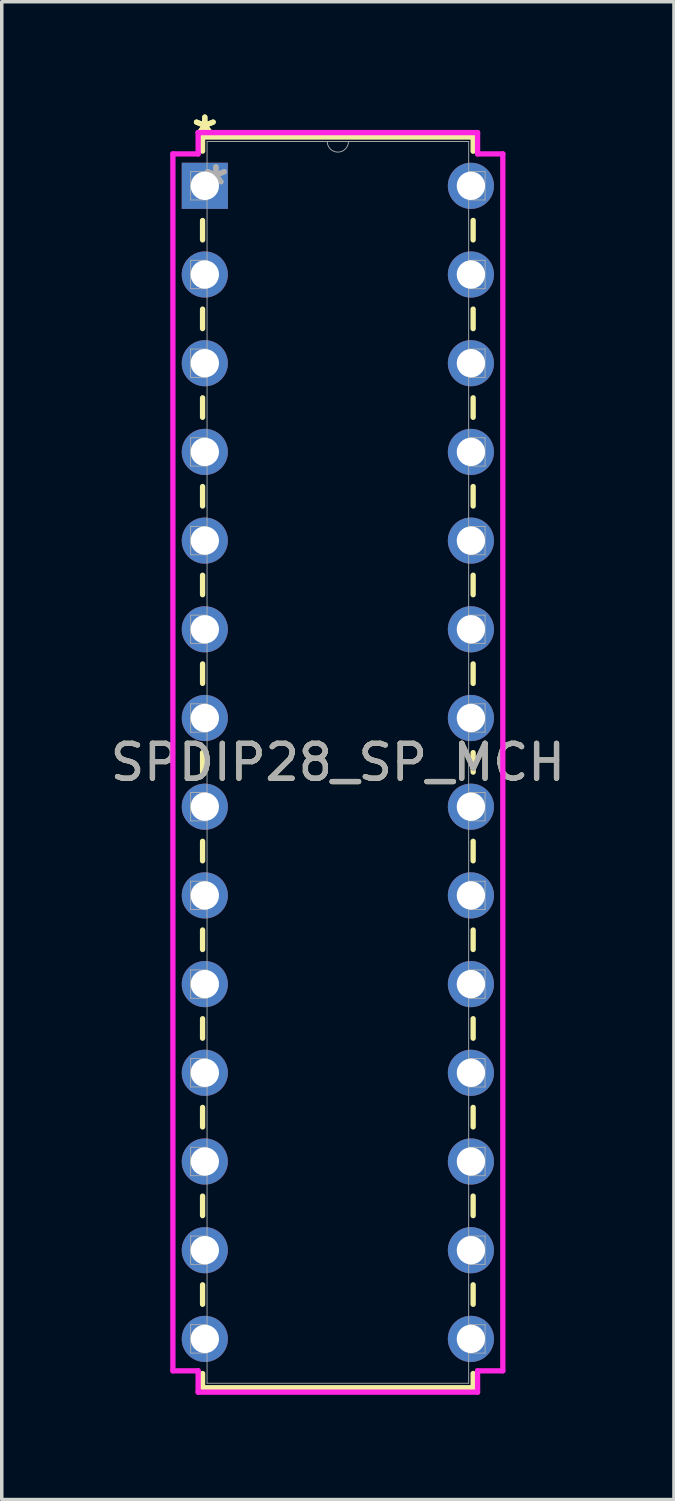
<source format=kicad_pcb>
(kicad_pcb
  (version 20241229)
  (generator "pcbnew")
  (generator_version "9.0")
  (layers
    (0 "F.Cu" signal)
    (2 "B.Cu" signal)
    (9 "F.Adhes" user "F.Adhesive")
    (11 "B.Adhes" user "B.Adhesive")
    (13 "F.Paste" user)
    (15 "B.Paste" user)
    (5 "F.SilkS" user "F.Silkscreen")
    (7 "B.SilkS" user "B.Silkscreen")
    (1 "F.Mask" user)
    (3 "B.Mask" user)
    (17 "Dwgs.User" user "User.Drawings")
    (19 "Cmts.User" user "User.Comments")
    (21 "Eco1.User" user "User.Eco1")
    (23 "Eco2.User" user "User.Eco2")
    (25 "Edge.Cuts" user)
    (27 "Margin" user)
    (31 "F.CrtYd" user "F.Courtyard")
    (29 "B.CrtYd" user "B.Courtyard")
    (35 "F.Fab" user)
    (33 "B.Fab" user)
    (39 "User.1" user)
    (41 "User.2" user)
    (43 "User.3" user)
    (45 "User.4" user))
  (footprint "SPDIP28_SP_MCH"
    (layer "F.Cu")
    (at 2.815 2.271)
    (property "Reference" "SPDIP28_SP_MCH" (at 3.81 16.51 0) (unlocked yes) (layer "F.SilkS") (effects (font (size 1 1) (thickness 0.15))))
    (attr through_hole)
    (fp_line (start -0.064 -1.397) (end -0.064 -0.993) (stroke (width 0.152) (type solid)) (layer "F.SilkS"))
    (fp_line (start -0.064 0.993) (end -0.064 1.549) (stroke (width 0.152) (type solid)) (layer "F.SilkS"))
    (fp_line (start -0.064 3.531) (end -0.064 4.089) (stroke (width 0.152) (type solid)) (layer "F.SilkS"))
    (fp_line (start -0.064 6.071) (end -0.064 6.629) (stroke (width 0.152) (type solid)) (layer "F.SilkS"))
    (fp_line (start -0.064 8.611) (end -0.064 9.169) (stroke (width 0.152) (type solid)) (layer "F.SilkS"))
    (fp_line (start -0.064 11.151) (end -0.064 11.709) (stroke (width 0.152) (type solid)) (layer "F.SilkS"))
    (fp_line (start -0.064 13.691) (end -0.064 14.249) (stroke (width 0.152) (type solid)) (layer "F.SilkS"))
    (fp_line (start -0.064 16.231) (end -0.064 16.789) (stroke (width 0.152) (type solid)) (layer "F.SilkS"))
    (fp_line (start -0.064 18.771) (end -0.064 19.329) (stroke (width 0.152) (type solid)) (layer "F.SilkS"))
    (fp_line (start -0.064 21.311) (end -0.064 21.869) (stroke (width 0.152) (type solid)) (layer "F.SilkS"))
    (fp_line (start -0.064 23.851) (end -0.064 24.409) (stroke (width 0.152) (type solid)) (layer "F.SilkS"))
    (fp_line (start -0.064 26.391) (end -0.064 26.949) (stroke (width 0.152) (type solid)) (layer "F.SilkS"))
    (fp_line (start -0.064 28.931) (end -0.064 29.489) (stroke (width 0.152) (type solid)) (layer "F.SilkS"))
    (fp_line (start -0.064 31.471) (end -0.064 32.029) (stroke (width 0.152) (type solid)) (layer "F.SilkS"))
    (fp_line (start -0.064 34.011) (end -0.064 34.417) (stroke (width 0.152) (type solid)) (layer "F.SilkS"))
    (fp_line (start -0.064 34.417) (end 7.684 34.417) (stroke (width 0.152) (type solid)) (layer "F.SilkS"))
    (fp_line (start 7.684 -1.397) (end -0.064 -1.397) (stroke (width 0.152) (type solid)) (layer "F.SilkS"))
    (fp_line (start 7.684 -0.991) (end 7.684 -1.397) (stroke (width 0.152) (type solid)) (layer "F.SilkS"))
    (fp_line (start 7.684 1.549) (end 7.684 0.991) (stroke (width 0.152) (type solid)) (layer "F.SilkS"))
    (fp_line (start 7.684 4.089) (end 7.684 3.531) (stroke (width 0.152) (type solid)) (layer "F.SilkS"))
    (fp_line (start 7.684 6.629) (end 7.684 6.071) (stroke (width 0.152) (type solid)) (layer "F.SilkS"))
    (fp_line (start 7.684 9.169) (end 7.684 8.611) (stroke (width 0.152) (type solid)) (layer "F.SilkS"))
    (fp_line (start 7.684 11.709) (end 7.684 11.151) (stroke (width 0.152) (type solid)) (layer "F.SilkS"))
    (fp_line (start 7.684 14.249) (end 7.684 13.691) (stroke (width 0.152) (type solid)) (layer "F.SilkS"))
    (fp_line (start 7.684 16.789) (end 7.684 16.231) (stroke (width 0.152) (type solid)) (layer "F.SilkS"))
    (fp_line (start 7.684 19.329) (end 7.684 18.771) (stroke (width 0.152) (type solid)) (layer "F.SilkS"))
    (fp_line (start 7.684 21.869) (end 7.684 21.311) (stroke (width 0.152) (type solid)) (layer "F.SilkS"))
    (fp_line (start 7.684 24.409) (end 7.684 23.851) (stroke (width 0.152) (type solid)) (layer "F.SilkS"))
    (fp_line (start 7.684 26.949) (end 7.684 26.391) (stroke (width 0.152) (type solid)) (layer "F.SilkS"))
    (fp_line (start 7.684 29.489) (end 7.684 28.931) (stroke (width 0.152) (type solid)) (layer "F.SilkS"))
    (fp_line (start 7.684 32.029) (end 7.684 31.471) (stroke (width 0.152) (type solid)) (layer "F.SilkS"))
    (fp_line (start 7.684 34.417) (end 7.684 34.011) (stroke (width 0.152) (type solid)) (layer "F.SilkS"))
    (fp_line (start -0.914 -0.914) (end -0.191 -0.914) (stroke (width 0.152) (type solid)) (layer "F.CrtYd"))
    (fp_line (start -0.914 33.934) (end -0.914 -0.914) (stroke (width 0.152) (type solid)) (layer "F.CrtYd"))
    (fp_line (start -0.191 -1.524) (end 7.811 -1.524) (stroke (width 0.152) (type solid)) (layer "F.CrtYd"))
    (fp_line (start -0.191 -0.914) (end -0.191 -1.524) (stroke (width 0.152) (type solid)) (layer "F.CrtYd"))
    (fp_line (start -0.191 33.934) (end -0.914 33.934) (stroke (width 0.152) (type solid)) (layer "F.CrtYd"))
    (fp_line (start -0.191 34.544) (end -0.191 33.934) (stroke (width 0.152) (type solid)) (layer "F.CrtYd"))
    (fp_line (start 7.811 -1.524) (end 7.811 -0.914) (stroke (width 0.152) (type solid)) (layer "F.CrtYd"))
    (fp_line (start 7.811 33.934) (end 7.811 34.544) (stroke (width 0.152) (type solid)) (layer "F.CrtYd"))
    (fp_line (start 7.811 34.544) (end -0.191 34.544) (stroke (width 0.152) (type solid)) (layer "F.CrtYd"))
    (fp_line (start 8.534 -0.914) (end 7.811 -0.914) (stroke (width 0.152) (type solid)) (layer "F.CrtYd"))
    (fp_line (start 8.534 -0.914) (end 8.534 33.934) (stroke (width 0.152) (type solid)) (layer "F.CrtYd"))
    (fp_line (start 8.534 33.934) (end 7.811 33.934) (stroke (width 0.152) (type solid)) (layer "F.CrtYd"))
    (fp_line (start -0.406 -0.406) (end -0.406 0.406) (stroke (width 0.025) (type solid)) (layer "F.Fab"))
    (fp_line (start -0.406 0.406) (end 0.064 0.406) (stroke (width 0.025) (type solid)) (layer "F.Fab"))
    (fp_line (start -0.406 2.134) (end -0.406 2.946) (stroke (width 0.025) (type solid)) (layer "F.Fab"))
    (fp_line (start -0.406 2.946) (end 0.064 2.946) (stroke (width 0.025) (type solid)) (layer "F.Fab"))
    (fp_line (start -0.406 4.674) (end -0.406 5.486) (stroke (width 0.025) (type solid)) (layer "F.Fab"))
    (fp_line (start -0.406 5.486) (end 0.064 5.486) (stroke (width 0.025) (type solid)) (layer "F.Fab"))
    (fp_line (start -0.406 7.214) (end -0.406 8.026) (stroke (width 0.025) (type solid)) (layer "F.Fab"))
    (fp_line (start -0.406 8.026) (end 0.064 8.026) (stroke (width 0.025) (type solid)) (layer "F.Fab"))
    (fp_line (start -0.406 9.754) (end -0.406 10.566) (stroke (width 0.025) (type solid)) (layer "F.Fab"))
    (fp_line (start -0.406 10.566) (end 0.064 10.566) (stroke (width 0.025) (type solid)) (layer "F.Fab"))
    (fp_line (start -0.406 12.294) (end -0.406 13.106) (stroke (width 0.025) (type solid)) (layer "F.Fab"))
    (fp_line (start -0.406 13.106) (end 0.064 13.106) (stroke (width 0.025) (type solid)) (layer "F.Fab"))
    (fp_line (start -0.406 14.834) (end -0.406 15.646) (stroke (width 0.025) (type solid)) (layer "F.Fab"))
    (fp_line (start -0.406 15.646) (end 0.064 15.646) (stroke (width 0.025) (type solid)) (layer "F.Fab"))
    (fp_line (start -0.406 17.374) (end -0.406 18.186) (stroke (width 0.025) (type solid)) (layer "F.Fab"))
    (fp_line (start -0.406 18.186) (end 0.064 18.186) (stroke (width 0.025) (type solid)) (layer "F.Fab"))
    (fp_line (start -0.406 19.914) (end -0.406 20.726) (stroke (width 0.025) (type solid)) (layer "F.Fab"))
    (fp_line (start -0.406 20.726) (end 0.064 20.726) (stroke (width 0.025) (type solid)) (layer "F.Fab"))
    (fp_line (start -0.406 22.454) (end -0.406 23.266) (stroke (width 0.025) (type solid)) (layer "F.Fab"))
    (fp_line (start -0.406 23.266) (end 0.064 23.266) (stroke (width 0.025) (type solid)) (layer "F.Fab"))
    (fp_line (start -0.406 24.994) (end -0.406 25.806) (stroke (width 0.025) (type solid)) (layer "F.Fab"))
    (fp_line (start -0.406 25.806) (end 0.064 25.806) (stroke (width 0.025) (type solid)) (layer "F.Fab"))
    (fp_line (start -0.406 27.534) (end -0.406 28.346) (stroke (width 0.025) (type solid)) (layer "F.Fab"))
    (fp_line (start -0.406 28.346) (end 0.064 28.346) (stroke (width 0.025) (type solid)) (layer "F.Fab"))
    (fp_line (start -0.406 30.074) (end -0.406 30.886) (stroke (width 0.025) (type solid)) (layer "F.Fab"))
    (fp_line (start -0.406 30.886) (end 0.064 30.886) (stroke (width 0.025) (type solid)) (layer "F.Fab"))
    (fp_line (start -0.406 32.614) (end -0.406 33.426) (stroke (width 0.025) (type solid)) (layer "F.Fab"))
    (fp_line (start -0.406 33.426) (end 0.064 33.426) (stroke (width 0.025) (type solid)) (layer "F.Fab"))
    (fp_line (start 0.064 -1.27) (end 0.064 34.29) (stroke (width 0.025) (type solid)) (layer "F.Fab"))
    (fp_line (start 0.064 -0.406) (end -0.406 -0.406) (stroke (width 0.025) (type solid)) (layer "F.Fab"))
    (fp_line (start 0.064 0.406) (end 0.064 -0.406) (stroke (width 0.025) (type solid)) (layer "F.Fab"))
    (fp_line (start 0.064 2.134) (end -0.406 2.134) (stroke (width 0.025) (type solid)) (layer "F.Fab"))
    (fp_line (start 0.064 2.946) (end 0.064 2.134) (stroke (width 0.025) (type solid)) (layer "F.Fab"))
    (fp_line (start 0.064 4.674) (end -0.406 4.674) (stroke (width 0.025) (type solid)) (layer "F.Fab"))
    (fp_line (start 0.064 5.486) (end 0.064 4.674) (stroke (width 0.025) (type solid)) (layer "F.Fab"))
    (fp_line (start 0.064 7.214) (end -0.406 7.214) (stroke (width 0.025) (type solid)) (layer "F.Fab"))
    (fp_line (start 0.064 8.026) (end 0.064 7.214) (stroke (width 0.025) (type solid)) (layer "F.Fab"))
    (fp_line (start 0.064 9.754) (end -0.406 9.754) (stroke (width 0.025) (type solid)) (layer "F.Fab"))
    (fp_line (start 0.064 10.566) (end 0.064 9.754) (stroke (width 0.025) (type solid)) (layer "F.Fab"))
    (fp_line (start 0.064 12.294) (end -0.406 12.294) (stroke (width 0.025) (type solid)) (layer "F.Fab"))
    (fp_line (start 0.064 13.106) (end 0.064 12.294) (stroke (width 0.025) (type solid)) (layer "F.Fab"))
    (fp_line (start 0.064 14.834) (end -0.406 14.834) (stroke (width 0.025) (type solid)) (layer "F.Fab"))
    (fp_line (start 0.064 15.646) (end 0.064 14.834) (stroke (width 0.025) (type solid)) (layer "F.Fab"))
    (fp_line (start 0.064 17.374) (end -0.406 17.374) (stroke (width 0.025) (type solid)) (layer "F.Fab"))
    (fp_line (start 0.064 18.186) (end 0.064 17.374) (stroke (width 0.025) (type solid)) (layer "F.Fab"))
    (fp_line (start 0.064 19.914) (end -0.406 19.914) (stroke (width 0.025) (type solid)) (layer "F.Fab"))
    (fp_line (start 0.064 20.726) (end 0.064 19.914) (stroke (width 0.025) (type solid)) (layer "F.Fab"))
    (fp_line (start 0.064 22.454) (end -0.406 22.454) (stroke (width 0.025) (type solid)) (layer "F.Fab"))
    (fp_line (start 0.064 23.266) (end 0.064 22.454) (stroke (width 0.025) (type solid)) (layer "F.Fab"))
    (fp_line (start 0.064 24.994) (end -0.406 24.994) (stroke (width 0.025) (type solid)) (layer "F.Fab"))
    (fp_line (start 0.064 25.806) (end 0.064 24.994) (stroke (width 0.025) (type solid)) (layer "F.Fab"))
    (fp_line (start 0.064 27.534) (end -0.406 27.534) (stroke (width 0.025) (type solid)) (layer "F.Fab"))
    (fp_line (start 0.064 28.346) (end 0.064 27.534) (stroke (width 0.025) (type solid)) (layer "F.Fab"))
    (fp_line (start 0.064 30.074) (end -0.406 30.074) (stroke (width 0.025) (type solid)) (layer "F.Fab"))
    (fp_line (start 0.064 30.886) (end 0.064 30.074) (stroke (width 0.025) (type solid)) (layer "F.Fab"))
    (fp_line (start 0.064 32.614) (end -0.406 32.614) (stroke (width 0.025) (type solid)) (layer "F.Fab"))
    (fp_line (start 0.064 33.426) (end 0.064 32.614) (stroke (width 0.025) (type solid)) (layer "F.Fab"))
    (fp_line (start 0.064 34.29) (end 7.556 34.29) (stroke (width 0.025) (type solid)) (layer "F.Fab"))
    (fp_line (start 7.556 -1.27) (end 0.064 -1.27) (stroke (width 0.025) (type solid)) (layer "F.Fab"))
    (fp_line (start 7.556 -0.406) (end 7.556 0.406) (stroke (width 0.025) (type solid)) (layer "F.Fab"))
    (fp_line (start 7.556 0.406) (end 8.026 0.406) (stroke (width 0.025) (type solid)) (layer "F.Fab"))
    (fp_line (start 7.556 2.134) (end 7.556 2.946) (stroke (width 0.025) (type solid)) (layer "F.Fab"))
    (fp_line (start 7.556 2.946) (end 8.026 2.946) (stroke (width 0.025) (type solid)) (layer "F.Fab"))
    (fp_line (start 7.556 4.674) (end 7.556 5.486) (stroke (width 0.025) (type solid)) (layer "F.Fab"))
    (fp_line (start 7.556 5.486) (end 8.026 5.486) (stroke (width 0.025) (type solid)) (layer "F.Fab"))
    (fp_line (start 7.556 7.214) (end 7.556 8.026) (stroke (width 0.025) (type solid)) (layer "F.Fab"))
    (fp_line (start 7.556 8.026) (end 8.026 8.026) (stroke (width 0.025) (type solid)) (layer "F.Fab"))
    (fp_line (start 7.556 9.754) (end 7.556 10.566) (stroke (width 0.025) (type solid)) (layer "F.Fab"))
    (fp_line (start 7.556 10.566) (end 8.026 10.566) (stroke (width 0.025) (type solid)) (layer "F.Fab"))
    (fp_line (start 7.556 12.294) (end 7.556 13.106) (stroke (width 0.025) (type solid)) (layer "F.Fab"))
    (fp_line (start 7.556 13.106) (end 8.026 13.106) (stroke (width 0.025) (type solid)) (layer "F.Fab"))
    (fp_line (start 7.556 14.834) (end 7.556 15.646) (stroke (width 0.025) (type solid)) (layer "F.Fab"))
    (fp_line (start 7.556 15.646) (end 8.026 15.646) (stroke (width 0.025) (type solid)) (layer "F.Fab"))
    (fp_line (start 7.556 17.374) (end 7.556 18.186) (stroke (width 0.025) (type solid)) (layer "F.Fab"))
    (fp_line (start 7.556 18.186) (end 8.026 18.186) (stroke (width 0.025) (type solid)) (layer "F.Fab"))
    (fp_line (start 7.556 19.914) (end 7.556 20.726) (stroke (width 0.025) (type solid)) (layer "F.Fab"))
    (fp_line (start 7.556 20.726) (end 8.026 20.726) (stroke (width 0.025) (type solid)) (layer "F.Fab"))
    (fp_line (start 7.556 22.454) (end 7.556 23.266) (stroke (width 0.025) (type solid)) (layer "F.Fab"))
    (fp_line (start 7.556 23.266) (end 8.026 23.266) (stroke (width 0.025) (type solid)) (layer "F.Fab"))
    (fp_line (start 7.556 24.994) (end 7.556 25.806) (stroke (width 0.025) (type solid)) (layer "F.Fab"))
    (fp_line (start 7.556 25.806) (end 8.026 25.806) (stroke (width 0.025) (type solid)) (layer "F.Fab"))
    (fp_line (start 7.556 27.534) (end 7.556 28.346) (stroke (width 0.025) (type solid)) (layer "F.Fab"))
    (fp_line (start 7.556 28.346) (end 8.026 28.346) (stroke (width 0.025) (type solid)) (layer "F.Fab"))
    (fp_line (start 7.556 30.074) (end 7.556 30.886) (stroke (width 0.025) (type solid)) (layer "F.Fab"))
    (fp_line (start 7.556 30.886) (end 8.026 30.886) (stroke (width 0.025) (type solid)) (layer "F.Fab"))
    (fp_line (start 7.556 32.614) (end 7.556 33.426) (stroke (width 0.025) (type solid)) (layer "F.Fab"))
    (fp_line (start 7.556 33.426) (end 8.026 33.426) (stroke (width 0.025) (type solid)) (layer "F.Fab"))
    (fp_line (start 7.556 34.29) (end 7.556 -1.27) (stroke (width 0.025) (type solid)) (layer "F.Fab"))
    (fp_line (start 8.026 -0.406) (end 7.556 -0.406) (stroke (width 0.025) (type solid)) (layer "F.Fab"))
    (fp_line (start 8.026 0.406) (end 8.026 -0.406) (stroke (width 0.025) (type solid)) (layer "F.Fab"))
    (fp_line (start 8.026 2.134) (end 7.556 2.134) (stroke (width 0.025) (type solid)) (layer "F.Fab"))
    (fp_line (start 8.026 2.946) (end 8.026 2.134) (stroke (width 0.025) (type solid)) (layer "F.Fab"))
    (fp_line (start 8.026 4.674) (end 7.556 4.674) (stroke (width 0.025) (type solid)) (layer "F.Fab"))
    (fp_line (start 8.026 5.486) (end 8.026 4.674) (stroke (width 0.025) (type solid)) (layer "F.Fab"))
    (fp_line (start 8.026 7.214) (end 7.556 7.214) (stroke (width 0.025) (type solid)) (layer "F.Fab"))
    (fp_line (start 8.026 8.026) (end 8.026 7.214) (stroke (width 0.025) (type solid)) (layer "F.Fab"))
    (fp_line (start 8.026 9.754) (end 7.556 9.754) (stroke (width 0.025) (type solid)) (layer "F.Fab"))
    (fp_line (start 8.026 10.566) (end 8.026 9.754) (stroke (width 0.025) (type solid)) (layer "F.Fab"))
    (fp_line (start 8.026 12.294) (end 7.556 12.294) (stroke (width 0.025) (type solid)) (layer "F.Fab"))
    (fp_line (start 8.026 13.106) (end 8.026 12.294) (stroke (width 0.025) (type solid)) (layer "F.Fab"))
    (fp_line (start 8.026 14.834) (end 7.556 14.834) (stroke (width 0.025) (type solid)) (layer "F.Fab"))
    (fp_line (start 8.026 15.646) (end 8.026 14.834) (stroke (width 0.025) (type solid)) (layer "F.Fab"))
    (fp_line (start 8.026 17.374) (end 7.556 17.374) (stroke (width 0.025) (type solid)) (layer "F.Fab"))
    (fp_line (start 8.026 18.186) (end 8.026 17.374) (stroke (width 0.025) (type solid)) (layer "F.Fab"))
    (fp_line (start 8.026 19.914) (end 7.556 19.914) (stroke (width 0.025) (type solid)) (layer "F.Fab"))
    (fp_line (start 8.026 20.726) (end 8.026 19.914) (stroke (width 0.025) (type solid)) (layer "F.Fab"))
    (fp_line (start 8.026 22.454) (end 7.556 22.454) (stroke (width 0.025) (type solid)) (layer "F.Fab"))
    (fp_line (start 8.026 23.266) (end 8.026 22.454) (stroke (width 0.025) (type solid)) (layer "F.Fab"))
    (fp_line (start 8.026 24.994) (end 7.556 24.994) (stroke (width 0.025) (type solid)) (layer "F.Fab"))
    (fp_line (start 8.026 25.806) (end 8.026 24.994) (stroke (width 0.025) (type solid)) (layer "F.Fab"))
    (fp_line (start 8.026 27.534) (end 7.556 27.534) (stroke (width 0.025) (type solid)) (layer "F.Fab"))
    (fp_line (start 8.026 28.346) (end 8.026 27.534) (stroke (width 0.025) (type solid)) (layer "F.Fab"))
    (fp_line (start 8.026 30.074) (end 7.556 30.074) (stroke (width 0.025) (type solid)) (layer "F.Fab"))
    (fp_line (start 8.026 30.886) (end 8.026 30.074) (stroke (width 0.025) (type solid)) (layer "F.Fab"))
    (fp_line (start 8.026 32.614) (end 7.556 32.614) (stroke (width 0.025) (type solid)) (layer "F.Fab"))
    (fp_line (start 8.026 33.426) (end 8.026 32.614) (stroke (width 0.025) (type solid)) (layer "F.Fab"))
    (fp_arc (start 4.1148 -1.27) (mid 3.81 -0.9652) (end 3.5052 -1.27) (stroke (width 0.0254) (type solid)) (layer "F.Fab"))
    (fp_text user "*" (at 0 -1.422 0) (unlocked yes) (layer "F.SilkS") (effects (font (size 1 1) (thickness 0.15))))
    (fp_text user "*" (at 0 -1.422 0) (layer "F.SilkS") (effects (font (size 1 1) (thickness 0.15))))
    (fp_text user "*" (at 0.318 0 0) (unlocked yes) (layer "F.Fab") (effects (font (size 1 1) (thickness 0.15))))
    (fp_text user "${REFERENCE}" (at 3.81 16.51 0) (unlocked yes) (layer "F.Fab") (effects (font (size 1 1) (thickness 0.15))))
    (fp_text user "*" (at 0.318 0 0) (layer "F.Fab") (effects (font (size 1 1) (thickness 0.15))))
    (pad "1" thru_hole rect (at 0 0) (size 1.321 1.321) (drill 0.813) (layers "*.Cu" "*.Mask"))
    (pad "2" thru_hole circle (at 0 2.54) (size 1.321 1.321) (drill 0.813) (layers "*.Cu" "*.Mask"))
    (pad "3" thru_hole circle (at 0 5.08) (size 1.321 1.321) (drill 0.813) (layers "*.Cu" "*.Mask"))
    (pad "4" thru_hole circle (at 0 7.62) (size 1.321 1.321) (drill 0.813) (layers "*.Cu" "*.Mask"))
    (pad "5" thru_hole circle (at 0 10.16) (size 1.321 1.321) (drill 0.813) (layers "*.Cu" "*.Mask"))
    (pad "6" thru_hole circle (at 0 12.7) (size 1.321 1.321) (drill 0.813) (layers "*.Cu" "*.Mask"))
    (pad "7" thru_hole circle (at 0 15.24) (size 1.321 1.321) (drill 0.813) (layers "*.Cu" "*.Mask"))
    (pad "8" thru_hole circle (at 0 17.78) (size 1.321 1.321) (drill 0.813) (layers "*.Cu" "*.Mask"))
    (pad "9" thru_hole circle (at 0 20.32) (size 1.321 1.321) (drill 0.813) (layers "*.Cu" "*.Mask"))
    (pad "10" thru_hole circle (at 0 22.86) (size 1.321 1.321) (drill 0.813) (layers "*.Cu" "*.Mask"))
    (pad "11" thru_hole circle (at 0 25.4) (size 1.321 1.321) (drill 0.813) (layers "*.Cu" "*.Mask"))
    (pad "12" thru_hole circle (at 0 27.94) (size 1.321 1.321) (drill 0.813) (layers "*.Cu" "*.Mask"))
    (pad "13" thru_hole circle (at 0 30.48) (size 1.321 1.321) (drill 0.813) (layers "*.Cu" "*.Mask"))
    (pad "14" thru_hole circle (at 0 33.02) (size 1.321 1.321) (drill 0.813) (layers "*.Cu" "*.Mask"))
    (pad "15" thru_hole circle (at 7.62 33.02) (size 1.321 1.321) (drill 0.813) (layers "*.Cu" "*.Mask"))
    (pad "16" thru_hole circle (at 7.62 30.48) (size 1.321 1.321) (drill 0.813) (layers "*.Cu" "*.Mask"))
    (pad "17" thru_hole circle (at 7.62 27.94) (size 1.321 1.321) (drill 0.813) (layers "*.Cu" "*.Mask"))
    (pad "18" thru_hole circle (at 7.62 25.4) (size 1.321 1.321) (drill 0.813) (layers "*.Cu" "*.Mask"))
    (pad "19" thru_hole circle (at 7.62 22.86) (size 1.321 1.321) (drill 0.813) (layers "*.Cu" "*.Mask"))
    (pad "20" thru_hole circle (at 7.62 20.32) (size 1.321 1.321) (drill 0.813) (layers "*.Cu" "*.Mask"))
    (pad "21" thru_hole circle (at 7.62 17.78) (size 1.321 1.321) (drill 0.813) (layers "*.Cu" "*.Mask"))
    (pad "22" thru_hole circle (at 7.62 15.24) (size 1.321 1.321) (drill 0.813) (layers "*.Cu" "*.Mask"))
    (pad "23" thru_hole circle (at 7.62 12.7) (size 1.321 1.321) (drill 0.813) (layers "*.Cu" "*.Mask"))
    (pad "24" thru_hole circle (at 7.62 10.16) (size 1.321 1.321) (drill 0.813) (layers "*.Cu" "*.Mask"))
    (pad "25" thru_hole circle (at 7.62 7.62) (size 1.321 1.321) (drill 0.813) (layers "*.Cu" "*.Mask"))
    (pad "26" thru_hole circle (at 7.62 5.08) (size 1.321 1.321) (drill 0.813) (layers "*.Cu" "*.Mask"))
    (pad "27" thru_hole circle (at 7.62 2.54) (size 1.321 1.321) (drill 0.813) (layers "*.Cu" "*.Mask"))
    (pad "28" thru_hole circle (at 7.62 0) (size 1.321 1.321) (drill 0.813) (layers "*.Cu" "*.Mask")))
  (gr_rect
    (start -3 -3)
    (end 16.25 39.891)
    (stroke (width 0.1) (type default))
    (fill no)
    (layer "Edge.Cuts")))
</source>
